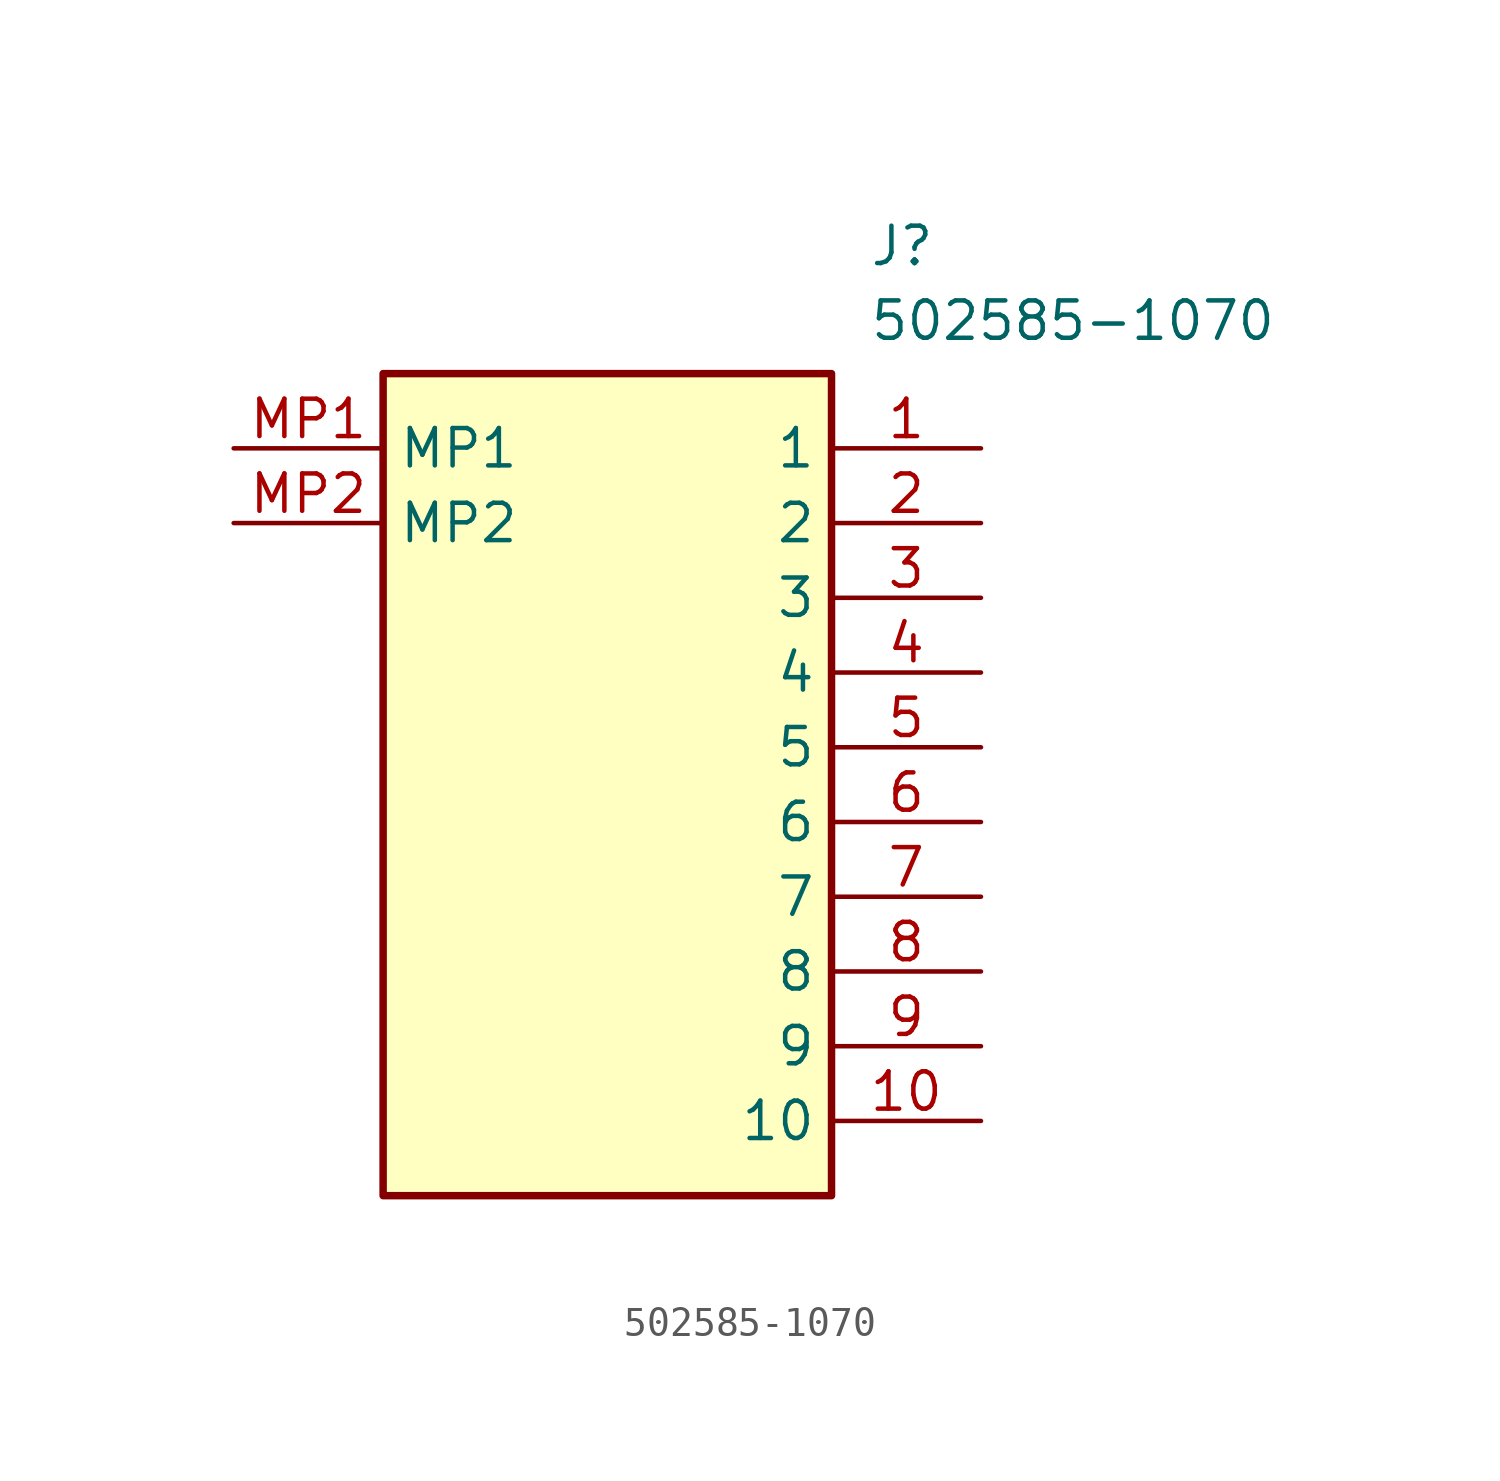
<source format=kicad_sym>
(kicad_symbol_lib
  (version 20211014)
  (generator SamacSys_ECAD_Model)
  (symbol "502585-1070"
    (property "Reference" "J"
      (at 21.59 7.62 0)
      (effects (font (size 1.27 1.27)) (justify left top)))
    (property "Value" "502585-1070"
      (at 21.59 5.08 0)
      (effects (font (size 1.27 1.27)) (justify left top)))
    (rectangle
      (start 5.08 2.54)
      (end 20.32 -25.4)
      (stroke (width 0.254) (type default))
      (fill (type background)))
    (pin passive line
      (at 25.4 0 180)
      (length 5.08)
      (name "1" (effects (font (size 1.27 1.27))))
      (number "1" (effects (font (size 1.27 1.27)))))
    (pin passive line
      (at 25.4 -2.54 180)
      (length 5.08)
      (name "2" (effects (font (size 1.27 1.27))))
      (number "2" (effects (font (size 1.27 1.27)))))
    (pin passive line
      (at 25.4 -5.08 180)
      (length 5.08)
      (name "3" (effects (font (size 1.27 1.27))))
      (number "3" (effects (font (size 1.27 1.27)))))
    (pin passive line
      (at 25.4 -7.62 180)
      (length 5.08)
      (name "4" (effects (font (size 1.27 1.27))))
      (number "4" (effects (font (size 1.27 1.27)))))
    (pin passive line
      (at 25.4 -10.16 180)
      (length 5.08)
      (name "5" (effects (font (size 1.27 1.27))))
      (number "5" (effects (font (size 1.27 1.27)))))
    (pin passive line
      (at 25.4 -12.7 180)
      (length 5.08)
      (name "6" (effects (font (size 1.27 1.27))))
      (number "6" (effects (font (size 1.27 1.27)))))
    (pin passive line
      (at 25.4 -15.24 180)
      (length 5.08)
      (name "7" (effects (font (size 1.27 1.27))))
      (number "7" (effects (font (size 1.27 1.27)))))
    (pin passive line
      (at 25.4 -17.78 180)
      (length 5.08)
      (name "8" (effects (font (size 1.27 1.27))))
      (number "8" (effects (font (size 1.27 1.27)))))
    (pin passive line
      (at 25.4 -20.32 180)
      (length 5.08)
      (name "9" (effects (font (size 1.27 1.27))))
      (number "9" (effects (font (size 1.27 1.27)))))
    (pin passive line
      (at 25.4 -22.86 180)
      (length 5.08)
      (name "10" (effects (font (size 1.27 1.27))))
      (number "10" (effects (font (size 1.27 1.27)))))
    (pin passive line
      (at 0 0 0)
      (length 5.08)
      (name "MP1" (effects (font (size 1.27 1.27))))
      (number "MP1" (effects (font (size 1.27 1.27)))))
    (pin passive line
      (at 0 -2.54 0)
      (length 5.08)
      (name "MP2" (effects (font (size 1.27 1.27))))
      (number "MP2" (effects (font (size 1.27 1.27)))))))
</source>
